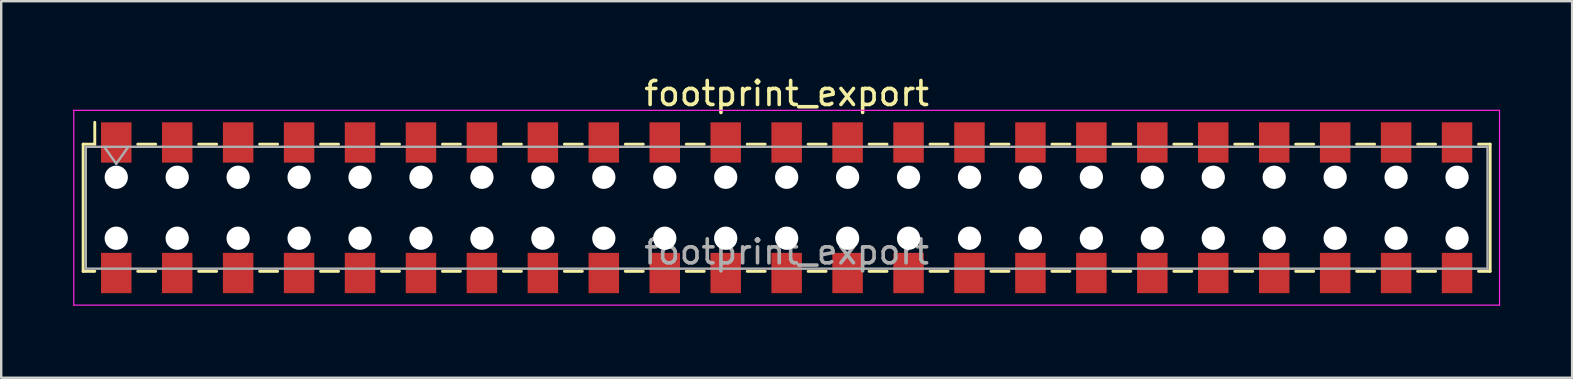
<source format=kicad_pcb>
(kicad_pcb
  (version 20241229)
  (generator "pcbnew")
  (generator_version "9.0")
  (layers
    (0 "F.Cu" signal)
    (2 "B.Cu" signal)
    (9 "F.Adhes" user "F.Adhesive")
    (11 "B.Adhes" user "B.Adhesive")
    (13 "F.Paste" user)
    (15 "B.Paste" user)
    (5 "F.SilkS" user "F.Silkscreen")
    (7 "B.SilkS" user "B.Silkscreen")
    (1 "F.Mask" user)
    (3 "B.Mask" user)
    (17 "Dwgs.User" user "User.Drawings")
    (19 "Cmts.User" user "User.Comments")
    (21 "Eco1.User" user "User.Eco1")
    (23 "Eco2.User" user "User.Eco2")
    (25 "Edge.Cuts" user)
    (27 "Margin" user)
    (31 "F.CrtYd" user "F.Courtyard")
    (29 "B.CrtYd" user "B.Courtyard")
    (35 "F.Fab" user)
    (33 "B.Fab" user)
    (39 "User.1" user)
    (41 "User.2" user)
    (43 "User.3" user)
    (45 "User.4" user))
  (footprint "footprint_export"
    (layer "F.Cu")
    (at 29.735 5.608)
    (property "Reference" "footprint_export" (at 0 -4.76 0) (layer "F.SilkS") (effects (font (size 1 1) (thickness 0.15))))
    (attr smd)
    (fp_line (start -29.32 -2.65) (end -29.32 2.65) (stroke (width 0.12) (type solid)) (layer "F.SilkS"))
    (fp_line (start -29.32 2.65) (end -28.835 2.65) (stroke (width 0.12) (type solid)) (layer "F.SilkS"))
    (fp_line (start -28.835 -3.56) (end -28.835 -2.65) (stroke (width 0.12) (type solid)) (layer "F.SilkS"))
    (fp_line (start -28.835 -2.65) (end -29.32 -2.65) (stroke (width 0.12) (type solid)) (layer "F.SilkS"))
    (fp_line (start -27.045 -2.65) (end -26.295 -2.65) (stroke (width 0.12) (type solid)) (layer "F.SilkS"))
    (fp_line (start -27.045 2.65) (end -26.295 2.65) (stroke (width 0.12) (type solid)) (layer "F.SilkS"))
    (fp_line (start -24.505 -2.65) (end -23.755 -2.65) (stroke (width 0.12) (type solid)) (layer "F.SilkS"))
    (fp_line (start -24.505 2.65) (end -23.755 2.65) (stroke (width 0.12) (type solid)) (layer "F.SilkS"))
    (fp_line (start -21.965 -2.65) (end -21.215 -2.65) (stroke (width 0.12) (type solid)) (layer "F.SilkS"))
    (fp_line (start -21.965 2.65) (end -21.215 2.65) (stroke (width 0.12) (type solid)) (layer "F.SilkS"))
    (fp_line (start -19.425 -2.65) (end -18.675 -2.65) (stroke (width 0.12) (type solid)) (layer "F.SilkS"))
    (fp_line (start -19.425 2.65) (end -18.675 2.65) (stroke (width 0.12) (type solid)) (layer "F.SilkS"))
    (fp_line (start -16.885 -2.65) (end -16.135 -2.65) (stroke (width 0.12) (type solid)) (layer "F.SilkS"))
    (fp_line (start -16.885 2.65) (end -16.135 2.65) (stroke (width 0.12) (type solid)) (layer "F.SilkS"))
    (fp_line (start -14.345 -2.65) (end -13.595 -2.65) (stroke (width 0.12) (type solid)) (layer "F.SilkS"))
    (fp_line (start -14.345 2.65) (end -13.595 2.65) (stroke (width 0.12) (type solid)) (layer "F.SilkS"))
    (fp_line (start -11.805 -2.65) (end -11.055 -2.65) (stroke (width 0.12) (type solid)) (layer "F.SilkS"))
    (fp_line (start -11.805 2.65) (end -11.055 2.65) (stroke (width 0.12) (type solid)) (layer "F.SilkS"))
    (fp_line (start -9.265 -2.65) (end -8.515 -2.65) (stroke (width 0.12) (type solid)) (layer "F.SilkS"))
    (fp_line (start -9.265 2.65) (end -8.515 2.65) (stroke (width 0.12) (type solid)) (layer "F.SilkS"))
    (fp_line (start -6.725 -2.65) (end -5.975 -2.65) (stroke (width 0.12) (type solid)) (layer "F.SilkS"))
    (fp_line (start -6.725 2.65) (end -5.975 2.65) (stroke (width 0.12) (type solid)) (layer "F.SilkS"))
    (fp_line (start -4.185 -2.65) (end -3.435 -2.65) (stroke (width 0.12) (type solid)) (layer "F.SilkS"))
    (fp_line (start -4.185 2.65) (end -3.435 2.65) (stroke (width 0.12) (type solid)) (layer "F.SilkS"))
    (fp_line (start -1.645 -2.65) (end -0.895 -2.65) (stroke (width 0.12) (type solid)) (layer "F.SilkS"))
    (fp_line (start -1.645 2.65) (end -0.895 2.65) (stroke (width 0.12) (type solid)) (layer "F.SilkS"))
    (fp_line (start 0.895 -2.65) (end 1.645 -2.65) (stroke (width 0.12) (type solid)) (layer "F.SilkS"))
    (fp_line (start 0.895 2.65) (end 1.645 2.65) (stroke (width 0.12) (type solid)) (layer "F.SilkS"))
    (fp_line (start 3.435 -2.65) (end 4.185 -2.65) (stroke (width 0.12) (type solid)) (layer "F.SilkS"))
    (fp_line (start 3.435 2.65) (end 4.185 2.65) (stroke (width 0.12) (type solid)) (layer "F.SilkS"))
    (fp_line (start 5.975 -2.65) (end 6.725 -2.65) (stroke (width 0.12) (type solid)) (layer "F.SilkS"))
    (fp_line (start 5.975 2.65) (end 6.725 2.65) (stroke (width 0.12) (type solid)) (layer "F.SilkS"))
    (fp_line (start 8.515 -2.65) (end 9.265 -2.65) (stroke (width 0.12) (type solid)) (layer "F.SilkS"))
    (fp_line (start 8.515 2.65) (end 9.265 2.65) (stroke (width 0.12) (type solid)) (layer "F.SilkS"))
    (fp_line (start 11.055 -2.65) (end 11.805 -2.65) (stroke (width 0.12) (type solid)) (layer "F.SilkS"))
    (fp_line (start 11.055 2.65) (end 11.805 2.65) (stroke (width 0.12) (type solid)) (layer "F.SilkS"))
    (fp_line (start 13.595 -2.65) (end 14.345 -2.65) (stroke (width 0.12) (type solid)) (layer "F.SilkS"))
    (fp_line (start 13.595 2.65) (end 14.345 2.65) (stroke (width 0.12) (type solid)) (layer "F.SilkS"))
    (fp_line (start 16.135 -2.65) (end 16.885 -2.65) (stroke (width 0.12) (type solid)) (layer "F.SilkS"))
    (fp_line (start 16.135 2.65) (end 16.885 2.65) (stroke (width 0.12) (type solid)) (layer "F.SilkS"))
    (fp_line (start 18.675 -2.65) (end 19.425 -2.65) (stroke (width 0.12) (type solid)) (layer "F.SilkS"))
    (fp_line (start 18.675 2.65) (end 19.425 2.65) (stroke (width 0.12) (type solid)) (layer "F.SilkS"))
    (fp_line (start 21.215 -2.65) (end 21.965 -2.65) (stroke (width 0.12) (type solid)) (layer "F.SilkS"))
    (fp_line (start 21.215 2.65) (end 21.965 2.65) (stroke (width 0.12) (type solid)) (layer "F.SilkS"))
    (fp_line (start 23.755 -2.65) (end 24.505 -2.65) (stroke (width 0.12) (type solid)) (layer "F.SilkS"))
    (fp_line (start 23.755 2.65) (end 24.505 2.65) (stroke (width 0.12) (type solid)) (layer "F.SilkS"))
    (fp_line (start 26.295 -2.65) (end 27.045 -2.65) (stroke (width 0.12) (type solid)) (layer "F.SilkS"))
    (fp_line (start 26.295 2.65) (end 27.045 2.65) (stroke (width 0.12) (type solid)) (layer "F.SilkS"))
    (fp_line (start 28.835 -2.65) (end 29.32 -2.65) (stroke (width 0.12) (type solid)) (layer "F.SilkS"))
    (fp_line (start 29.32 -2.65) (end 29.32 2.65) (stroke (width 0.12) (type solid)) (layer "F.SilkS"))
    (fp_line (start 29.32 2.65) (end 28.835 2.65) (stroke (width 0.12) (type solid)) (layer "F.SilkS"))
    (fp_line (start -29.71 -4.06) (end 29.71 -4.06) (stroke (width 0.05) (type solid)) (layer "F.CrtYd"))
    (fp_line (start -29.71 4.06) (end -29.71 -4.06) (stroke (width 0.05) (type solid)) (layer "F.CrtYd"))
    (fp_line (start 29.71 -4.06) (end 29.71 4.06) (stroke (width 0.05) (type solid)) (layer "F.CrtYd"))
    (fp_line (start 29.71 4.06) (end -29.71 4.06) (stroke (width 0.05) (type solid)) (layer "F.CrtYd"))
    (fp_line (start -29.21 -2.54) (end 29.21 -2.54) (stroke (width 0.1) (type solid)) (layer "F.Fab"))
    (fp_line (start -29.21 2.54) (end -29.21 -2.54) (stroke (width 0.1) (type solid)) (layer "F.Fab"))
    (fp_line (start -28.44 -2.54) (end -27.94 -1.833) (stroke (width 0.1) (type solid)) (layer "F.Fab"))
    (fp_line (start -27.94 -1.833) (end -27.44 -2.54) (stroke (width 0.1) (type solid)) (layer "F.Fab"))
    (fp_line (start 29.21 -2.54) (end 29.21 2.54) (stroke (width 0.1) (type solid)) (layer "F.Fab"))
    (fp_line (start 29.21 2.54) (end -29.21 2.54) (stroke (width 0.1) (type solid)) (layer "F.Fab"))
    (fp_text user "${REFERENCE}" (at 0 1.84 0) (layer "F.Fab") (effects (font (size 1 1) (thickness 0.15))))
    (pad "" np_thru_hole circle (at -27.94 -1.27) (size 0.97 0.97) (drill 0.97) (layers "*.Cu" "*.Mask"))
    (pad "" np_thru_hole circle (at -27.94 1.27) (size 0.97 0.97) (drill 0.97) (layers "*.Cu" "*.Mask"))
    (pad "" np_thru_hole circle (at -25.4 -1.27) (size 0.97 0.97) (drill 0.97) (layers "*.Cu" "*.Mask"))
    (pad "" np_thru_hole circle (at -25.4 1.27) (size 0.97 0.97) (drill 0.97) (layers "*.Cu" "*.Mask"))
    (pad "" np_thru_hole circle (at -22.86 -1.27) (size 0.97 0.97) (drill 0.97) (layers "*.Cu" "*.Mask"))
    (pad "" np_thru_hole circle (at -22.86 1.27) (size 0.97 0.97) (drill 0.97) (layers "*.Cu" "*.Mask"))
    (pad "" np_thru_hole circle (at -20.32 -1.27) (size 0.97 0.97) (drill 0.97) (layers "*.Cu" "*.Mask"))
    (pad "" np_thru_hole circle (at -20.32 1.27) (size 0.97 0.97) (drill 0.97) (layers "*.Cu" "*.Mask"))
    (pad "" np_thru_hole circle (at -17.78 -1.27) (size 0.97 0.97) (drill 0.97) (layers "*.Cu" "*.Mask"))
    (pad "" np_thru_hole circle (at -17.78 1.27) (size 0.97 0.97) (drill 0.97) (layers "*.Cu" "*.Mask"))
    (pad "" np_thru_hole circle (at -15.24 -1.27) (size 0.97 0.97) (drill 0.97) (layers "*.Cu" "*.Mask"))
    (pad "" np_thru_hole circle (at -15.24 1.27) (size 0.97 0.97) (drill 0.97) (layers "*.Cu" "*.Mask"))
    (pad "" np_thru_hole circle (at -12.7 -1.27) (size 0.97 0.97) (drill 0.97) (layers "*.Cu" "*.Mask"))
    (pad "" np_thru_hole circle (at -12.7 1.27) (size 0.97 0.97) (drill 0.97) (layers "*.Cu" "*.Mask"))
    (pad "" np_thru_hole circle (at -10.16 -1.27) (size 0.97 0.97) (drill 0.97) (layers "*.Cu" "*.Mask"))
    (pad "" np_thru_hole circle (at -10.16 1.27) (size 0.97 0.97) (drill 0.97) (layers "*.Cu" "*.Mask"))
    (pad "" np_thru_hole circle (at -7.62 -1.27) (size 0.97 0.97) (drill 0.97) (layers "*.Cu" "*.Mask"))
    (pad "" np_thru_hole circle (at -7.62 1.27) (size 0.97 0.97) (drill 0.97) (layers "*.Cu" "*.Mask"))
    (pad "" np_thru_hole circle (at -5.08 -1.27) (size 0.97 0.97) (drill 0.97) (layers "*.Cu" "*.Mask"))
    (pad "" np_thru_hole circle (at -5.08 1.27) (size 0.97 0.97) (drill 0.97) (layers "*.Cu" "*.Mask"))
    (pad "" np_thru_hole circle (at -2.54 -1.27) (size 0.97 0.97) (drill 0.97) (layers "*.Cu" "*.Mask"))
    (pad "" np_thru_hole circle (at -2.54 1.27) (size 0.97 0.97) (drill 0.97) (layers "*.Cu" "*.Mask"))
    (pad "" np_thru_hole circle (at 0 -1.27) (size 0.97 0.97) (drill 0.97) (layers "*.Cu" "*.Mask"))
    (pad "" np_thru_hole circle (at 0 1.27) (size 0.97 0.97) (drill 0.97) (layers "*.Cu" "*.Mask"))
    (pad "" np_thru_hole circle (at 2.54 -1.27) (size 0.97 0.97) (drill 0.97) (layers "*.Cu" "*.Mask"))
    (pad "" np_thru_hole circle (at 2.54 1.27) (size 0.97 0.97) (drill 0.97) (layers "*.Cu" "*.Mask"))
    (pad "" np_thru_hole circle (at 5.08 -1.27) (size 0.97 0.97) (drill 0.97) (layers "*.Cu" "*.Mask"))
    (pad "" np_thru_hole circle (at 5.08 1.27) (size 0.97 0.97) (drill 0.97) (layers "*.Cu" "*.Mask"))
    (pad "" np_thru_hole circle (at 7.62 -1.27) (size 0.97 0.97) (drill 0.97) (layers "*.Cu" "*.Mask"))
    (pad "" np_thru_hole circle (at 7.62 1.27) (size 0.97 0.97) (drill 0.97) (layers "*.Cu" "*.Mask"))
    (pad "" np_thru_hole circle (at 10.16 -1.27) (size 0.97 0.97) (drill 0.97) (layers "*.Cu" "*.Mask"))
    (pad "" np_thru_hole circle (at 10.16 1.27) (size 0.97 0.97) (drill 0.97) (layers "*.Cu" "*.Mask"))
    (pad "" np_thru_hole circle (at 12.7 -1.27) (size 0.97 0.97) (drill 0.97) (layers "*.Cu" "*.Mask"))
    (pad "" np_thru_hole circle (at 12.7 1.27) (size 0.97 0.97) (drill 0.97) (layers "*.Cu" "*.Mask"))
    (pad "" np_thru_hole circle (at 15.24 -1.27) (size 0.97 0.97) (drill 0.97) (layers "*.Cu" "*.Mask"))
    (pad "" np_thru_hole circle (at 15.24 1.27) (size 0.97 0.97) (drill 0.97) (layers "*.Cu" "*.Mask"))
    (pad "" np_thru_hole circle (at 17.78 -1.27) (size 0.97 0.97) (drill 0.97) (layers "*.Cu" "*.Mask"))
    (pad "" np_thru_hole circle (at 17.78 1.27) (size 0.97 0.97) (drill 0.97) (layers "*.Cu" "*.Mask"))
    (pad "" np_thru_hole circle (at 20.32 -1.27) (size 0.97 0.97) (drill 0.97) (layers "*.Cu" "*.Mask"))
    (pad "" np_thru_hole circle (at 20.32 1.27) (size 0.97 0.97) (drill 0.97) (layers "*.Cu" "*.Mask"))
    (pad "" np_thru_hole circle (at 22.86 -1.27) (size 0.97 0.97) (drill 0.97) (layers "*.Cu" "*.Mask"))
    (pad "" np_thru_hole circle (at 22.86 1.27) (size 0.97 0.97) (drill 0.97) (layers "*.Cu" "*.Mask"))
    (pad "" np_thru_hole circle (at 25.4 -1.27) (size 0.97 0.97) (drill 0.97) (layers "*.Cu" "*.Mask"))
    (pad "" np_thru_hole circle (at 25.4 1.27) (size 0.97 0.97) (drill 0.97) (layers "*.Cu" "*.Mask"))
    (pad "" np_thru_hole circle (at 27.94 -1.27) (size 0.97 0.97) (drill 0.97) (layers "*.Cu" "*.Mask"))
    (pad "" np_thru_hole circle (at 27.94 1.27) (size 0.97 0.97) (drill 0.97) (layers "*.Cu" "*.Mask"))
    (pad "1" smd rect (at -27.94 -2.72) (size 1.27 1.68) (layers "F.Cu" "F.Mask" "F.Paste"))
    (pad "2" smd rect (at -27.94 2.72) (size 1.27 1.68) (layers "F.Cu" "F.Mask" "F.Paste"))
    (pad "3" smd rect (at -25.4 -2.72) (size 1.27 1.68) (layers "F.Cu" "F.Mask" "F.Paste"))
    (pad "4" smd rect (at -25.4 2.72) (size 1.27 1.68) (layers "F.Cu" "F.Mask" "F.Paste"))
    (pad "5" smd rect (at -22.86 -2.72) (size 1.27 1.68) (layers "F.Cu" "F.Mask" "F.Paste"))
    (pad "6" smd rect (at -22.86 2.72) (size 1.27 1.68) (layers "F.Cu" "F.Mask" "F.Paste"))
    (pad "7" smd rect (at -20.32 -2.72) (size 1.27 1.68) (layers "F.Cu" "F.Mask" "F.Paste"))
    (pad "8" smd rect (at -20.32 2.72) (size 1.27 1.68) (layers "F.Cu" "F.Mask" "F.Paste"))
    (pad "9" smd rect (at -17.78 -2.72) (size 1.27 1.68) (layers "F.Cu" "F.Mask" "F.Paste"))
    (pad "10" smd rect (at -17.78 2.72) (size 1.27 1.68) (layers "F.Cu" "F.Mask" "F.Paste"))
    (pad "11" smd rect (at -15.24 -2.72) (size 1.27 1.68) (layers "F.Cu" "F.Mask" "F.Paste"))
    (pad "12" smd rect (at -15.24 2.72) (size 1.27 1.68) (layers "F.Cu" "F.Mask" "F.Paste"))
    (pad "13" smd rect (at -12.7 -2.72) (size 1.27 1.68) (layers "F.Cu" "F.Mask" "F.Paste"))
    (pad "14" smd rect (at -12.7 2.72) (size 1.27 1.68) (layers "F.Cu" "F.Mask" "F.Paste"))
    (pad "15" smd rect (at -10.16 -2.72) (size 1.27 1.68) (layers "F.Cu" "F.Mask" "F.Paste"))
    (pad "16" smd rect (at -10.16 2.72) (size 1.27 1.68) (layers "F.Cu" "F.Mask" "F.Paste"))
    (pad "17" smd rect (at -7.62 -2.72) (size 1.27 1.68) (layers "F.Cu" "F.Mask" "F.Paste"))
    (pad "18" smd rect (at -7.62 2.72) (size 1.27 1.68) (layers "F.Cu" "F.Mask" "F.Paste"))
    (pad "19" smd rect (at -5.08 -2.72) (size 1.27 1.68) (layers "F.Cu" "F.Mask" "F.Paste"))
    (pad "20" smd rect (at -5.08 2.72) (size 1.27 1.68) (layers "F.Cu" "F.Mask" "F.Paste"))
    (pad "21" smd rect (at -2.54 -2.72) (size 1.27 1.68) (layers "F.Cu" "F.Mask" "F.Paste"))
    (pad "22" smd rect (at -2.54 2.72) (size 1.27 1.68) (layers "F.Cu" "F.Mask" "F.Paste"))
    (pad "23" smd rect (at 0 -2.72) (size 1.27 1.68) (layers "F.Cu" "F.Mask" "F.Paste"))
    (pad "24" smd rect (at 0 2.72) (size 1.27 1.68) (layers "F.Cu" "F.Mask" "F.Paste"))
    (pad "25" smd rect (at 2.54 -2.72) (size 1.27 1.68) (layers "F.Cu" "F.Mask" "F.Paste"))
    (pad "26" smd rect (at 2.54 2.72) (size 1.27 1.68) (layers "F.Cu" "F.Mask" "F.Paste"))
    (pad "27" smd rect (at 5.08 -2.72) (size 1.27 1.68) (layers "F.Cu" "F.Mask" "F.Paste"))
    (pad "28" smd rect (at 5.08 2.72) (size 1.27 1.68) (layers "F.Cu" "F.Mask" "F.Paste"))
    (pad "29" smd rect (at 7.62 -2.72) (size 1.27 1.68) (layers "F.Cu" "F.Mask" "F.Paste"))
    (pad "30" smd rect (at 7.62 2.72) (size 1.27 1.68) (layers "F.Cu" "F.Mask" "F.Paste"))
    (pad "31" smd rect (at 10.16 -2.72) (size 1.27 1.68) (layers "F.Cu" "F.Mask" "F.Paste"))
    (pad "32" smd rect (at 10.16 2.72) (size 1.27 1.68) (layers "F.Cu" "F.Mask" "F.Paste"))
    (pad "33" smd rect (at 12.7 -2.72) (size 1.27 1.68) (layers "F.Cu" "F.Mask" "F.Paste"))
    (pad "34" smd rect (at 12.7 2.72) (size 1.27 1.68) (layers "F.Cu" "F.Mask" "F.Paste"))
    (pad "35" smd rect (at 15.24 -2.72) (size 1.27 1.68) (layers "F.Cu" "F.Mask" "F.Paste"))
    (pad "36" smd rect (at 15.24 2.72) (size 1.27 1.68) (layers "F.Cu" "F.Mask" "F.Paste"))
    (pad "37" smd rect (at 17.78 -2.72) (size 1.27 1.68) (layers "F.Cu" "F.Mask" "F.Paste"))
    (pad "38" smd rect (at 17.78 2.72) (size 1.27 1.68) (layers "F.Cu" "F.Mask" "F.Paste"))
    (pad "39" smd rect (at 20.32 -2.72) (size 1.27 1.68) (layers "F.Cu" "F.Mask" "F.Paste"))
    (pad "40" smd rect (at 20.32 2.72) (size 1.27 1.68) (layers "F.Cu" "F.Mask" "F.Paste"))
    (pad "41" smd rect (at 22.86 -2.72) (size 1.27 1.68) (layers "F.Cu" "F.Mask" "F.Paste"))
    (pad "42" smd rect (at 22.86 2.72) (size 1.27 1.68) (layers "F.Cu" "F.Mask" "F.Paste"))
    (pad "43" smd rect (at 25.4 -2.72) (size 1.27 1.68) (layers "F.Cu" "F.Mask" "F.Paste"))
    (pad "44" smd rect (at 25.4 2.72) (size 1.27 1.68) (layers "F.Cu" "F.Mask" "F.Paste"))
    (pad "45" smd rect (at 27.94 -2.72) (size 1.27 1.68) (layers "F.Cu" "F.Mask" "F.Paste"))
    (pad "46" smd rect (at 27.94 2.72) (size 1.27 1.68) (layers "F.Cu" "F.Mask" "F.Paste")))
  (gr_rect
    (start -3 -3)
    (end 62.47 12.693)
    (stroke (width 0.1) (type default))
    (fill no)
    (layer "Edge.Cuts")))
</source>
